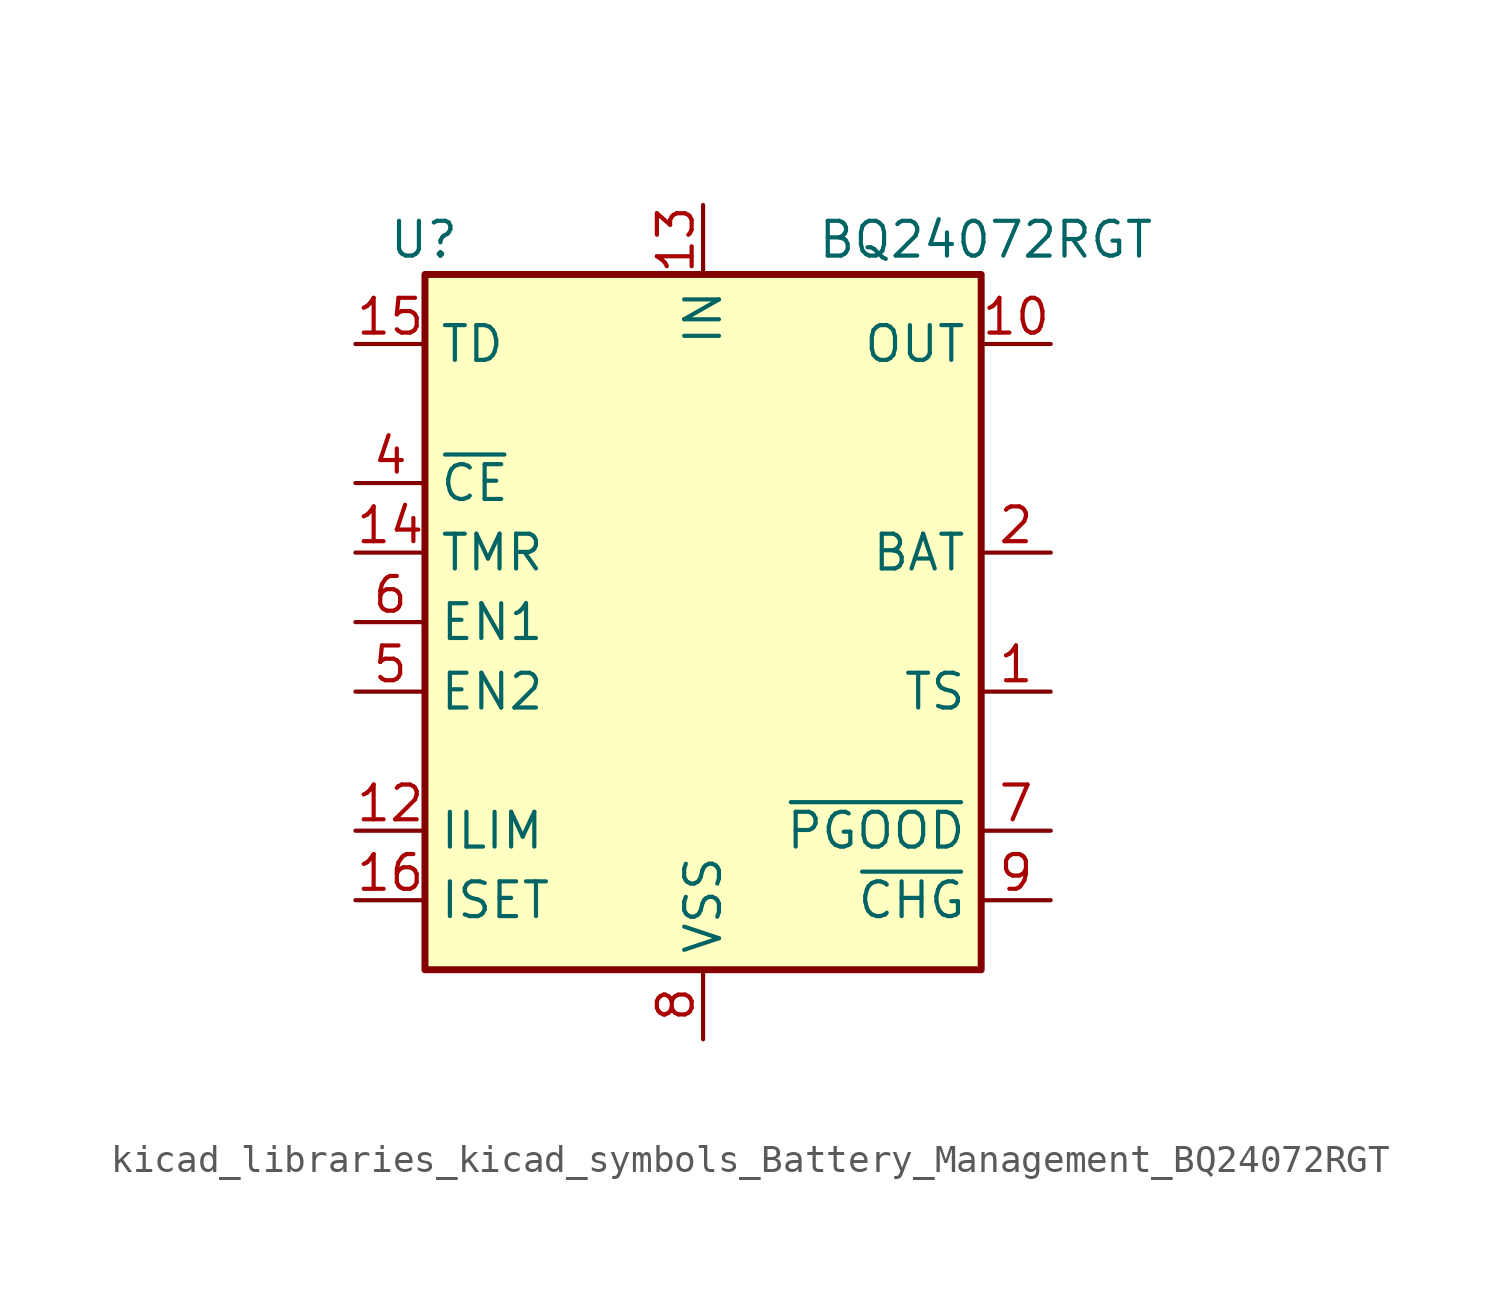
<source format=kicad_sym>
(kicad_symbol_lib
  (version 20220914)
  (generator kicad_symbol_editor)
  (symbol "kicad_libraries_kicad_symbols_Battery_Management_BQ24072RGT"
    (property "Reference" "U"
      (at -8.89 13.97 0)
      (effects (font (size 1.27 1.27)) (justify right)))
    (property "Value" "BQ24072RGT"
      (at 16.51 13.97 0)
      (effects (font (size 1.27 1.27)) (justify right)))
    (symbol "kicad_libraries_kicad_symbols_Battery_Management_BQ24072RGT_0_1"
      (rectangle (start -10.16 12.7) (end 10.16 -12.7) (stroke (width 0.254) (type default)) (fill (type background))))
    (symbol "kicad_libraries_kicad_symbols_Battery_Management_BQ24072RGT_1_1"
      (pin passive line (at 12.7 -2.54 180) (length 2.54) (name "TS" (effects (font (size 1.27 1.27)))) (number "1" (effects (font (size 1.27 1.27)))))
      (pin power_out line (at 12.7 10.16 180) (length 2.54) (name "OUT" (effects (font (size 1.27 1.27)))) (number "10" (effects (font (size 1.27 1.27)))))
      (pin passive line (at 12.7 10.16 180) (length 2.54) hide (name "OUT" (effects (font (size 1.27 1.27)))) (number "11" (effects (font (size 1.27 1.27)))))
      (pin passive line (at -12.7 -7.62 0) (length 2.54) (name "ILIM" (effects (font (size 1.27 1.27)))) (number "12" (effects (font (size 1.27 1.27)))))
      (pin power_in line (at 0 15.24 270) (length 2.54) (name "IN" (effects (font (size 1.27 1.27)))) (number "13" (effects (font (size 1.27 1.27)))))
      (pin input line (at -12.7 2.54 0) (length 2.54) (name "TMR" (effects (font (size 1.27 1.27)))) (number "14" (effects (font (size 1.27 1.27)))))
      (pin input line (at -12.7 10.16 0) (length 2.54) (name "TD" (effects (font (size 1.27 1.27)))) (number "15" (effects (font (size 1.27 1.27)))))
      (pin passive line (at -12.7 -10.16 0) (length 2.54) (name "ISET" (effects (font (size 1.27 1.27)))) (number "16" (effects (font (size 1.27 1.27)))))
      (pin passive line (at 0 -15.24 90) (length 2.54) hide (name "VSS" (effects (font (size 1.27 1.27)))) (number "17" (effects (font (size 1.27 1.27)))))
      (pin power_out line (at 12.7 2.54 180) (length 2.54) (name "BAT" (effects (font (size 1.27 1.27)))) (number "2" (effects (font (size 1.27 1.27)))))
      (pin passive line (at 12.7 2.54 180) (length 2.54) hide (name "BAT" (effects (font (size 1.27 1.27)))) (number "3" (effects (font (size 1.27 1.27)))))
      (pin input line (at -12.7 5.08 0) (length 2.54) (name "~{CE}" (effects (font (size 1.27 1.27)))) (number "4" (effects (font (size 1.27 1.27)))))
      (pin input line (at -12.7 -2.54 0) (length 2.54) (name "EN2" (effects (font (size 1.27 1.27)))) (number "5" (effects (font (size 1.27 1.27)))))
      (pin input line (at -12.7 0 0) (length 2.54) (name "EN1" (effects (font (size 1.27 1.27)))) (number "6" (effects (font (size 1.27 1.27)))))
      (pin open_collector line (at 12.7 -7.62 180) (length 2.54) (name "~{PGOOD}" (effects (font (size 1.27 1.27)))) (number "7" (effects (font (size 1.27 1.27)))))
      (pin power_in line (at 0 -15.24 90) (length 2.54) (name "VSS" (effects (font (size 1.27 1.27)))) (number "8" (effects (font (size 1.27 1.27)))))
      (pin open_collector line (at 12.7 -10.16 180) (length 2.54) (name "~{CHG}" (effects (font (size 1.27 1.27)))) (number "9" (effects (font (size 1.27 1.27))))))))
</source>
